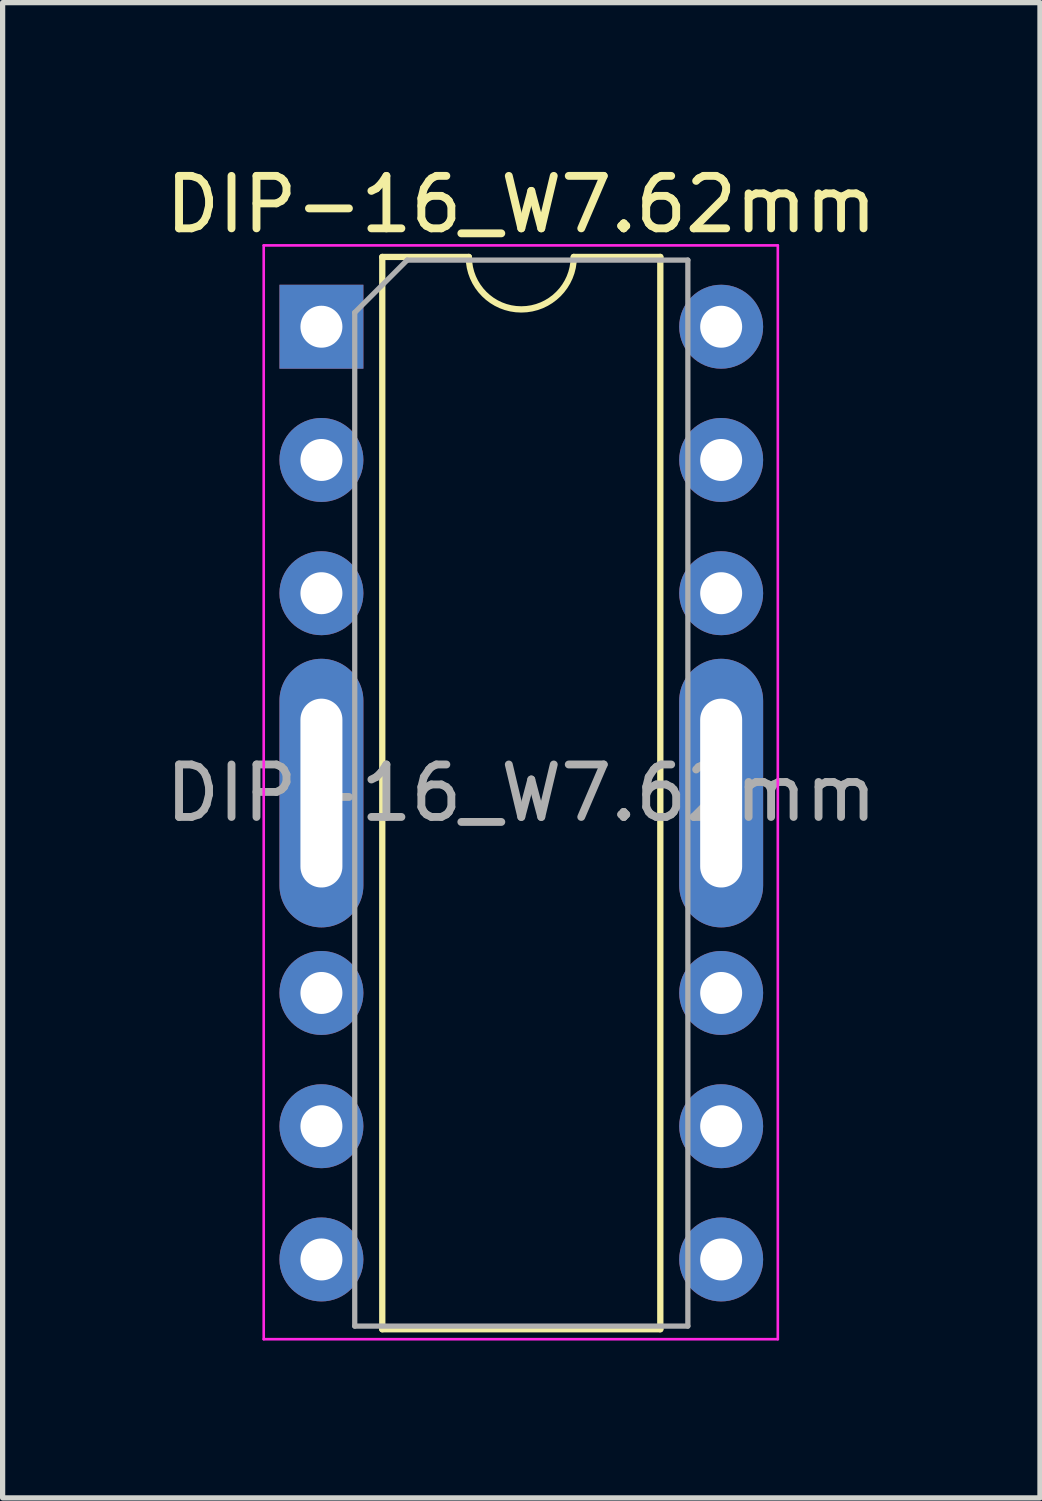
<source format=kicad_pcb>
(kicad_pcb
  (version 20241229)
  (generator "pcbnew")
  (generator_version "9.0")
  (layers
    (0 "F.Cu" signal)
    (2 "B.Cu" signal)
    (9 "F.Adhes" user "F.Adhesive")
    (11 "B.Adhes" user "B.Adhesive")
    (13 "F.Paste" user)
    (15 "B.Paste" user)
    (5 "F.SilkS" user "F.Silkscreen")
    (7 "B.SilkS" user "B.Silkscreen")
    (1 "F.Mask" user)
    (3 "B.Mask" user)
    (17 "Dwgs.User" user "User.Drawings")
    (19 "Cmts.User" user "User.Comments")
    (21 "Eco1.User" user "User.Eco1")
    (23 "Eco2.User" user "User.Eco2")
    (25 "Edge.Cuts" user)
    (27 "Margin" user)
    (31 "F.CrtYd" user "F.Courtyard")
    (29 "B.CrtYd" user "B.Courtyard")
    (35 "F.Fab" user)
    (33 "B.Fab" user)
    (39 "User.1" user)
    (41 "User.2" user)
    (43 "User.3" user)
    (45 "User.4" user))
  (footprint "DIP-16_W7.62mm"
    (layer "F.Cu")
    (at 3.077 3.178)
    (property "Reference" "DIP-16_W7.62mm" (at 3.81 -2.33 0) (layer "F.SilkS") (effects (font (size 1 1) (thickness 0.15))))
    (attr through_hole)
    (fp_line (start 1.16 -1.33) (end 1.16 19.11) (stroke (width 0.12) (type solid)) (layer "F.SilkS"))
    (fp_line (start 1.16 19.11) (end 6.46 19.11) (stroke (width 0.12) (type solid)) (layer "F.SilkS"))
    (fp_line (start 2.81 -1.33) (end 1.16 -1.33) (stroke (width 0.12) (type solid)) (layer "F.SilkS"))
    (fp_line (start 6.46 -1.33) (end 4.81 -1.33) (stroke (width 0.12) (type solid)) (layer "F.SilkS"))
    (fp_line (start 6.46 19.11) (end 6.46 -1.33) (stroke (width 0.12) (type solid)) (layer "F.SilkS"))
    (fp_arc (start 4.81 -1.33) (mid 3.81 -0.33) (end 2.81 -1.33) (stroke (width 0.12) (type solid)) (layer "F.SilkS"))
    (fp_line (start -1.1 -1.55) (end -1.1 19.3) (stroke (width 0.05) (type solid)) (layer "F.CrtYd"))
    (fp_line (start -1.1 19.3) (end 8.7 19.3) (stroke (width 0.05) (type solid)) (layer "F.CrtYd"))
    (fp_line (start 8.7 -1.55) (end -1.1 -1.55) (stroke (width 0.05) (type solid)) (layer "F.CrtYd"))
    (fp_line (start 8.7 19.3) (end 8.7 -1.55) (stroke (width 0.05) (type solid)) (layer "F.CrtYd"))
    (fp_line (start 0.635 -0.27) (end 1.635 -1.27) (stroke (width 0.1) (type solid)) (layer "F.Fab"))
    (fp_line (start 0.635 19.05) (end 0.635 -0.27) (stroke (width 0.1) (type solid)) (layer "F.Fab"))
    (fp_line (start 1.635 -1.27) (end 6.985 -1.27) (stroke (width 0.1) (type solid)) (layer "F.Fab"))
    (fp_line (start 6.985 -1.27) (end 6.985 19.05) (stroke (width 0.1) (type solid)) (layer "F.Fab"))
    (fp_line (start 6.985 19.05) (end 0.635 19.05) (stroke (width 0.1) (type solid)) (layer "F.Fab"))
    (fp_text user "${REFERENCE}" (at 3.81 8.89 0) (layer "F.Fab") (effects (font (size 1 1) (thickness 0.15))))
    (pad "1" thru_hole rect (at 0 0) (size 1.6 1.6) (drill 0.8) (layers "*.Cu" "*.Mask"))
    (pad "2" thru_hole oval (at 0 2.54) (size 1.6 1.6) (drill 0.8) (layers "*.Cu" "*.Mask"))
    (pad "3" thru_hole oval (at 0 5.08) (size 1.6 1.6) (drill 0.8) (layers "*.Cu" "*.Mask"))
    (pad "4" thru_hole oval (at 0 12.7) (size 1.6 1.6) (drill 0.8) (layers "*.Cu" "*.Mask"))
    (pad "5" thru_hole oval (at 0 15.24) (size 1.6 1.6) (drill 0.8) (layers "*.Cu" "*.Mask"))
    (pad "6" thru_hole oval (at 0 17.78) (size 1.6 1.6) (drill 0.8) (layers "*.Cu" "*.Mask"))
    (pad "7" thru_hole oval (at 7.62 17.78) (size 1.6 1.6) (drill 0.8) (layers "*.Cu" "*.Mask"))
    (pad "8" thru_hole oval (at 7.62 15.24) (size 1.6 1.6) (drill 0.8) (layers "*.Cu" "*.Mask"))
    (pad "9" thru_hole oval (at 7.62 12.7) (size 1.6 1.6) (drill 0.8) (layers "*.Cu" "*.Mask"))
    (pad "10" thru_hole oval (at 7.62 5.08) (size 1.6 1.6) (drill 0.8) (layers "*.Cu" "*.Mask"))
    (pad "11" thru_hole oval (at 7.62 2.54) (size 1.6 1.6) (drill 0.8) (layers "*.Cu" "*.Mask"))
    (pad "12" thru_hole oval (at 7.62 0) (size 1.6 1.6) (drill 0.8) (layers "*.Cu" "*.Mask"))
    (pad "GND" thru_hole oval (at 0 8.89) (size 1.6 5.12) (drill oval 0.8 3.6) (layers "*.Cu" "*.Mask"))
    (pad "GND" thru_hole oval (at 7.62 8.89) (size 1.6 5.12) (drill oval 0.8 3.6) (layers "*.Cu" "*.Mask")))
  (gr_rect
    (start -3 -3)
    (end 16.774 25.503)
    (stroke (width 0.1) (type default))
    (fill no)
    (layer "Edge.Cuts")))
</source>
